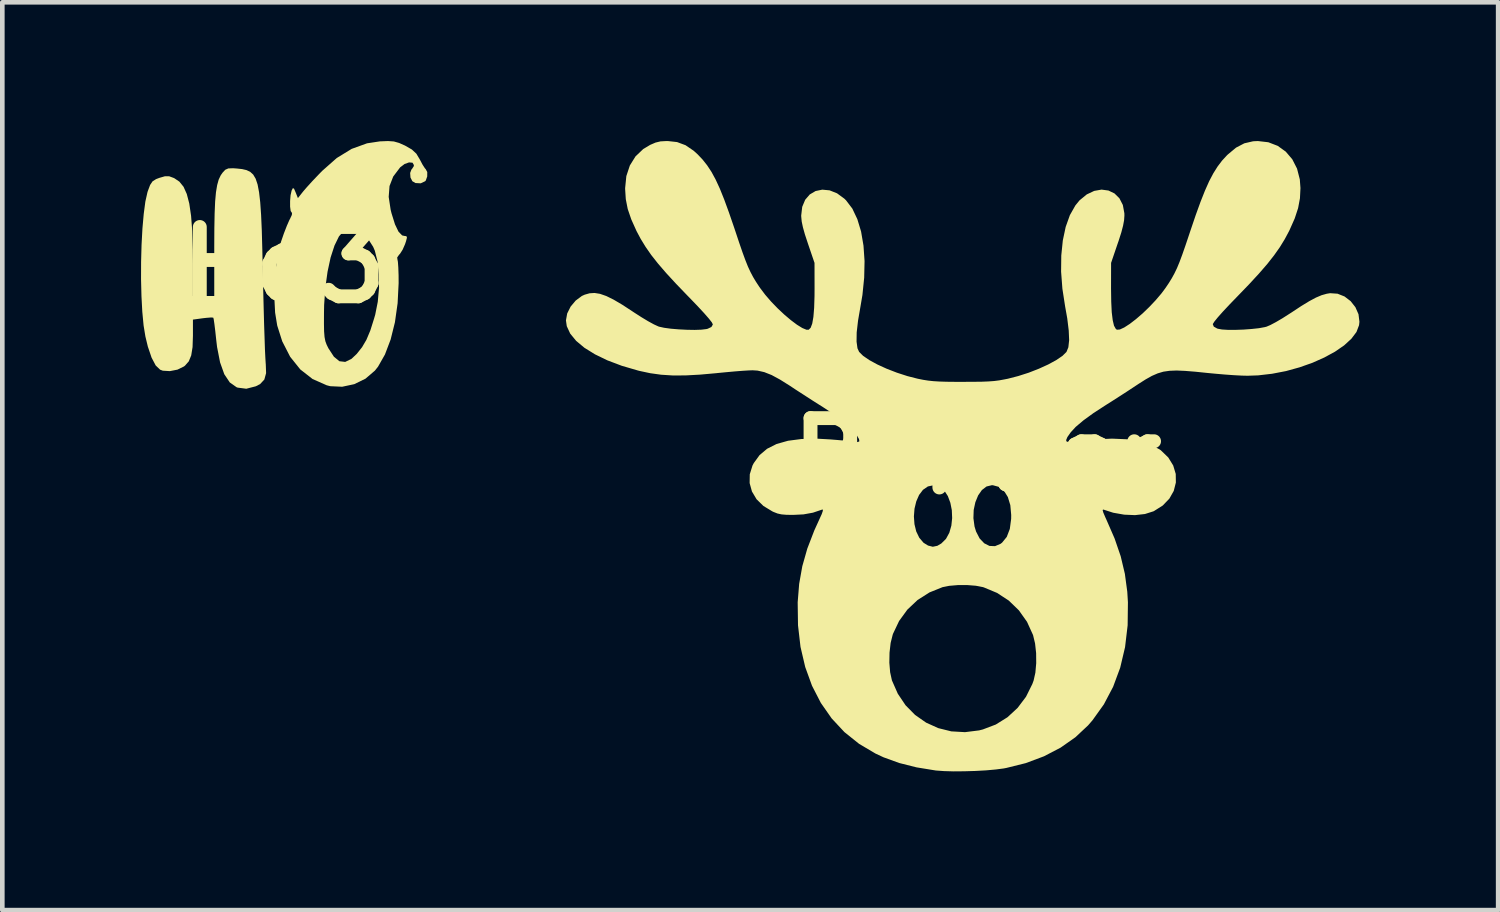
<source format=kicad_pcb>
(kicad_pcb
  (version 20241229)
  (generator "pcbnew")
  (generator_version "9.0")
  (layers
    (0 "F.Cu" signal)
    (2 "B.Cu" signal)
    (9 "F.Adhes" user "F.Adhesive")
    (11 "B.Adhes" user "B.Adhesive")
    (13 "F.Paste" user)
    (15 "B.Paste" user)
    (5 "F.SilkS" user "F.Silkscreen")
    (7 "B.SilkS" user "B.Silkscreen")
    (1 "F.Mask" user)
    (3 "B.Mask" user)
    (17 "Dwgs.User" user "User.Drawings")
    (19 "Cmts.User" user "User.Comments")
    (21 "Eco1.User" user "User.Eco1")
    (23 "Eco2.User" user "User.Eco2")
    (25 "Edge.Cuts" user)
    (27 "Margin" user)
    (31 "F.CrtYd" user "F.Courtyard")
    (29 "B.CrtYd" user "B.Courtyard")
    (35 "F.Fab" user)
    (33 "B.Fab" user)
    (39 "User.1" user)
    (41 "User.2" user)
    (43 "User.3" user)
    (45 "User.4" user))
  (footprint "Rentier"
    (layer "F.Cu")
    (at 18.084 6.813)
    (property "Reference" "Rentier" (at 0 0 0) (layer "F.SilkS") (effects (font (size 1.5 1.5) (thickness 0.3))))
    (attr board_only exclude_from_pos_files exclude_from_bom)
    (fp_poly (pts (xy 6.292 -6.787) (xy 6.495 -6.709) (xy 6.669 -6.584) (xy 6.81 -6.419) (xy 6.913 -6.217) (xy 6.973 -5.984) (xy 6.987 -5.796) (xy 6.976 -5.576) (xy 6.936 -5.362) (xy 6.863 -5.14) (xy 6.753 -4.892) (xy 6.741 -4.867) (xy 6.647 -4.691) (xy 6.541 -4.518) (xy 6.416 -4.341) (xy 6.269 -4.154) (xy 6.092 -3.95) (xy 5.88 -3.72) (xy 5.639 -3.47) (xy 5.458 -3.283) (xy 5.31 -3.125) (xy 5.199 -3) (xy 5.126 -2.91) (xy 5.093 -2.858) (xy 5.092 -2.851) (xy 5.113 -2.8) (xy 5.184 -2.76) (xy 5.202 -2.754) (xy 5.29 -2.738) (xy 5.421 -2.73) (xy 5.582 -2.73) (xy 5.757 -2.736) (xy 5.93 -2.749) (xy 6.088 -2.766) (xy 6.214 -2.789) (xy 6.253 -2.799) (xy 6.337 -2.835) (xy 6.458 -2.899) (xy 6.601 -2.983) (xy 6.754 -3.081) (xy 6.792 -3.105) (xy 7.004 -3.245) (xy 7.178 -3.351) (xy 7.322 -3.428) (xy 7.445 -3.48) (xy 7.555 -3.511) (xy 7.628 -3.523) (xy 7.789 -3.512) (xy 7.94 -3.452) (xy 8.072 -3.351) (xy 8.175 -3.22) (xy 8.242 -3.068) (xy 8.262 -2.905) (xy 8.254 -2.831) (xy 8.198 -2.684) (xy 8.088 -2.538) (xy 7.932 -2.395) (xy 7.735 -2.259) (xy 7.504 -2.133) (xy 7.246 -2.018) (xy 6.968 -1.92) (xy 6.675 -1.839) (xy 6.374 -1.781) (xy 6.072 -1.746) (xy 5.843 -1.738) (xy 5.717 -1.741) (xy 5.548 -1.75) (xy 5.352 -1.764) (xy 5.146 -1.782) (xy 4.987 -1.797) (xy 4.715 -1.825) (xy 4.492 -1.843) (xy 4.309 -1.851) (xy 4.156 -1.845) (xy 4.023 -1.826) (xy 3.899 -1.789) (xy 3.775 -1.735) (xy 3.641 -1.66) (xy 3.488 -1.563) (xy 3.379 -1.491) (xy 3.224 -1.389) (xy 3.058 -1.282) (xy 2.902 -1.182) (xy 2.786 -1.109) (xy 2.513 -0.932) (xy 2.294 -0.773) (xy 2.127 -0.632) (xy 2.02 -0.516) (xy 1.947 -0.412) (xy 1.919 -0.344) (xy 1.934 -0.311) (xy 1.994 -0.307) (xy 2.014 -0.311) (xy 2.08 -0.319) (xy 2.19 -0.331) (xy 2.333 -0.344) (xy 2.492 -0.358) (xy 2.534 -0.361) (xy 2.912 -0.378) (xy 3.239 -0.364) (xy 3.519 -0.321) (xy 3.754 -0.247) (xy 3.945 -0.142) (xy 3.97 -0.124) (xy 4.129 0.03) (xy 4.235 0.202) (xy 4.29 0.385) (xy 4.293 0.571) (xy 4.247 0.752) (xy 4.152 0.92) (xy 4.008 1.069) (xy 3.818 1.189) (xy 3.804 1.195) (xy 3.624 1.252) (xy 3.409 1.276) (xy 3.175 1.266) (xy 2.937 1.224) (xy 2.724 1.155) (xy 2.709 1.165) (xy 2.723 1.219) (xy 2.766 1.32) (xy 2.791 1.375) (xy 2.968 1.781) (xy 3.1 2.166) (xy 3.19 2.545) (xy 3.242 2.932) (xy 3.256 3.16) (xy 3.25 3.658) (xy 3.194 4.131) (xy 3.089 4.575) (xy 2.936 4.988) (xy 2.736 5.368) (xy 2.49 5.712) (xy 2.394 5.823) (xy 2.119 6.08) (xy 1.8 6.304) (xy 1.441 6.491) (xy 1.049 6.638) (xy 0.631 6.742) (xy 0.569 6.754) (xy 0.4 6.776) (xy 0.191 6.795) (xy -0.042 6.808) (xy -0.282 6.815) (xy -0.514 6.817) (xy -0.721 6.811) (xy -0.886 6.799) (xy -0.899 6.798) (xy -1.316 6.73) (xy -1.689 6.636) (xy -2.028 6.513) (xy -2.202 6.432) (xy -2.557 6.222) (xy -2.874 5.968) (xy -3.15 5.672) (xy -3.384 5.337) (xy -3.575 4.966) (xy -3.722 4.561) (xy -3.744 4.467) (xy -1.903 4.467) (xy -1.886 4.673) (xy -1.848 4.846) (xy -1.846 4.852) (xy -1.72 5.138) (xy -1.552 5.388) (xy -1.346 5.597) (xy -1.108 5.763) (xy -0.845 5.882) (xy -0.563 5.952) (xy -0.267 5.969) (xy 0.038 5.931) (xy 0.12 5.91) (xy 0.399 5.804) (xy 0.651 5.647) (xy 0.87 5.445) (xy 1.052 5.204) (xy 1.189 4.928) (xy 1.217 4.852) (xy 1.255 4.682) (xy 1.273 4.477) (xy 1.271 4.259) (xy 1.248 4.05) (xy 1.205 3.871) (xy 1.202 3.864) (xy 1.074 3.583) (xy 0.898 3.335) (xy 0.68 3.124) (xy 0.426 2.958) (xy 0.143 2.84) (xy 0.122 2.833) (xy -0.033 2.803) (xy -0.223 2.788) (xy -0.423 2.789) (xy -0.61 2.805) (xy -0.751 2.833) (xy -1.036 2.948) (xy -1.292 3.111) (xy -1.513 3.319) (xy -1.692 3.565) (xy -1.824 3.843) (xy -1.831 3.864) (xy -1.875 4.04) (xy -1.899 4.249) (xy -1.903 4.467) (xy -3.744 4.467) (xy -3.824 4.125) (xy -3.878 3.659) (xy -3.885 3.168) (xy -3.885 3.16) (xy -3.853 2.762) (xy -3.785 2.38) (xy -3.677 2) (xy -3.526 1.608) (xy -3.42 1.375) (xy -3.388 1.304) (xy -1.372 1.304) (xy -1.36 1.471) (xy -1.322 1.628) (xy -1.256 1.765) (xy -1.163 1.874) (xy -1.066 1.934) (xy -0.963 1.96) (xy -0.864 1.939) (xy -0.779 1.889) (xy -0.678 1.789) (xy -0.606 1.657) (xy -0.562 1.503) (xy -0.545 1.342) (xy -0.085 1.342) (xy -0.061 1.521) (xy -0.028 1.63) (xy 0.049 1.78) (xy 0.149 1.885) (xy 0.262 1.942) (xy 0.382 1.947) (xy 0.501 1.897) (xy 0.535 1.871) (xy 0.636 1.747) (xy 0.702 1.575) (xy 0.731 1.357) (xy 0.732 1.273) (xy 0.713 1.061) (xy 0.66 0.886) (xy 0.578 0.753) (xy 0.47 0.666) (xy 0.337 0.63) (xy 0.313 0.629) (xy 0.198 0.657) (xy 0.098 0.734) (xy 0.017 0.85) (xy -0.043 0.997) (xy -0.079 1.164) (xy -0.085 1.342) (xy -0.545 1.342) (xy -0.545 1.337) (xy -0.552 1.169) (xy -0.584 1.008) (xy -0.638 0.864) (xy -0.714 0.746) (xy -0.809 0.665) (xy -0.924 0.63) (xy -0.943 0.629) (xy -1.07 0.656) (xy -1.176 0.729) (xy -1.26 0.84) (xy -1.321 0.98) (xy -1.359 1.137) (xy -1.372 1.304) (xy -3.388 1.304) (xy -3.365 1.254) (xy -3.34 1.181) (xy -3.344 1.154) (xy -3.353 1.155) (xy -3.555 1.223) (xy -3.759 1.26) (xy -3.984 1.271) (xy -4.129 1.269) (xy -4.235 1.26) (xy -4.321 1.241) (xy -4.408 1.207) (xy -4.433 1.195) (xy -4.626 1.078) (xy -4.774 0.933) (xy -4.874 0.765) (xy -4.924 0.583) (xy -4.921 0.393) (xy -4.862 0.203) (xy -4.834 0.15) (xy -4.709 -0.022) (xy -4.546 -0.159) (xy -4.342 -0.262) (xy -4.094 -0.332) (xy -3.802 -0.37) (xy -3.461 -0.377) (xy -3.178 -0.361) (xy -3.017 -0.348) (xy -2.868 -0.334) (xy -2.746 -0.321) (xy -2.666 -0.312) (xy -2.658 -0.31) (xy -2.584 -0.304) (xy -2.551 -0.321) (xy -2.559 -0.369) (xy -2.608 -0.453) (xy -2.636 -0.495) (xy -2.71 -0.586) (xy -2.811 -0.683) (xy -2.945 -0.791) (xy -3.12 -0.916) (xy -3.34 -1.061) (xy -3.415 -1.108) (xy -3.579 -1.212) (xy -3.758 -1.328) (xy -3.93 -1.439) (xy -4.052 -1.52) (xy -4.267 -1.655) (xy -4.448 -1.753) (xy -4.607 -1.816) (xy -4.752 -1.849) (xy -4.86 -1.856) (xy -4.944 -1.853) (xy -5.074 -1.845) (xy -5.24 -1.832) (xy -5.427 -1.815) (xy -5.624 -1.796) (xy -5.639 -1.794) (xy -5.998 -1.762) (xy -6.31 -1.745) (xy -6.586 -1.744) (xy -6.837 -1.76) (xy -7.074 -1.793) (xy -7.308 -1.843) (xy -7.339 -1.851) (xy -7.688 -1.953) (xy -8 -2.071) (xy -8.27 -2.202) (xy -8.497 -2.343) (xy -8.676 -2.493) (xy -8.804 -2.649) (xy -8.878 -2.809) (xy -8.896 -2.935) (xy -8.869 -3.085) (xy -8.795 -3.233) (xy -8.685 -3.364) (xy -8.552 -3.463) (xy -8.491 -3.491) (xy -8.385 -3.521) (xy -8.277 -3.528) (xy -8.159 -3.509) (xy -8.024 -3.462) (xy -7.866 -3.384) (xy -7.677 -3.273) (xy -7.451 -3.125) (xy -7.421 -3.105) (xy -7.267 -3.006) (xy -7.121 -2.918) (xy -6.993 -2.848) (xy -6.899 -2.805) (xy -6.882 -2.799) (xy -6.773 -2.775) (xy -6.626 -2.755) (xy -6.458 -2.741) (xy -6.281 -2.732) (xy -6.113 -2.729) (xy -5.968 -2.734) (xy -5.86 -2.747) (xy -5.831 -2.754) (xy -5.751 -2.792) (xy -5.722 -2.841) (xy -5.721 -2.851) (xy -5.742 -2.893) (xy -5.805 -2.973) (xy -5.907 -3.09) (xy -6.045 -3.239) (xy -6.218 -3.419) (xy -6.268 -3.47) (xy -6.518 -3.73) (xy -6.728 -3.958) (xy -6.904 -4.162) (xy -7.051 -4.348) (xy -7.174 -4.525) (xy -7.28 -4.698) (xy -7.37 -4.867) (xy -7.483 -5.118) (xy -7.56 -5.343) (xy -7.602 -5.556) (xy -7.616 -5.775) (xy -7.616 -5.796) (xy -7.59 -6.056) (xy -7.514 -6.285) (xy -7.392 -6.481) (xy -7.225 -6.64) (xy -7.075 -6.73) (xy -6.959 -6.78) (xy -6.851 -6.806) (xy -6.721 -6.813) (xy -6.694 -6.813) (xy -6.493 -6.791) (xy -6.31 -6.723) (xy -6.134 -6.603) (xy -6.047 -6.524) (xy -5.94 -6.411) (xy -5.842 -6.287) (xy -5.749 -6.146) (xy -5.659 -5.98) (xy -5.568 -5.783) (xy -5.474 -5.549) (xy -5.372 -5.27) (xy -5.259 -4.942) (xy -5.236 -4.873) (xy -5.15 -4.615) (xy -5.078 -4.406) (xy -5.016 -4.237) (xy -4.96 -4.097) (xy -4.905 -3.979) (xy -4.849 -3.873) (xy -4.787 -3.77) (xy -4.716 -3.662) (xy -4.695 -3.632) (xy -4.587 -3.489) (xy -4.459 -3.341) (xy -4.319 -3.196) (xy -4.174 -3.06) (xy -4.032 -2.94) (xy -3.9 -2.841) (xy -3.785 -2.77) (xy -3.696 -2.733) (xy -3.647 -2.733) (xy -3.604 -2.776) (xy -3.57 -2.867) (xy -3.545 -3.011) (xy -3.529 -3.208) (xy -3.521 -3.46) (xy -3.52 -3.624) (xy -3.521 -4.178) (xy -3.664 -4.598) (xy -3.729 -4.795) (xy -3.772 -4.949) (xy -3.798 -5.072) (xy -3.808 -5.177) (xy -3.809 -5.202) (xy -3.787 -5.39) (xy -3.723 -5.543) (xy -3.624 -5.658) (xy -3.498 -5.732) (xy -3.353 -5.762) (xy -3.195 -5.747) (xy -3.034 -5.683) (xy -2.877 -5.568) (xy -2.839 -5.531) (xy -2.703 -5.352) (xy -2.595 -5.124) (xy -2.514 -4.856) (xy -2.462 -4.551) (xy -2.439 -4.217) (xy -2.447 -3.859) (xy -2.485 -3.484) (xy -2.527 -3.237) (xy -2.58 -2.929) (xy -2.609 -2.675) (xy -2.612 -2.476) (xy -2.592 -2.331) (xy -2.556 -2.253) (xy -2.47 -2.168) (xy -2.335 -2.076) (xy -2.161 -1.981) (xy -1.959 -1.889) (xy -1.739 -1.804) (xy -1.511 -1.73) (xy -1.287 -1.673) (xy -1.172 -1.65) (xy -1.064 -1.633) (xy -0.952 -1.621) (xy -0.824 -1.613) (xy -0.667 -1.608) (xy -0.47 -1.606) (xy -0.315 -1.606) (xy -0.085 -1.607) (xy 0.097 -1.609) (xy 0.242 -1.615) (xy 0.364 -1.624) (xy 0.473 -1.638) (xy 0.581 -1.658) (xy 0.658 -1.673) (xy 0.883 -1.731) (xy 1.111 -1.804) (xy 1.331 -1.89) (xy 1.533 -1.982) (xy 1.706 -2.076) (xy 1.841 -2.168) (xy 1.927 -2.253) (xy 1.968 -2.353) (xy 1.985 -2.507) (xy 1.976 -2.716) (xy 1.944 -2.979) (xy 1.898 -3.237) (xy 1.839 -3.62) (xy 1.811 -3.989) (xy 1.815 -4.339) (xy 1.848 -4.663) (xy 1.91 -4.956) (xy 2.001 -5.211) (xy 2.12 -5.421) (xy 2.21 -5.531) (xy 2.366 -5.659) (xy 2.527 -5.735) (xy 2.686 -5.763) (xy 2.835 -5.743) (xy 2.966 -5.68) (xy 3.072 -5.575) (xy 3.146 -5.431) (xy 3.179 -5.252) (xy 3.18 -5.202) (xy 3.173 -5.1) (xy 3.151 -4.982) (xy 3.113 -4.837) (xy 3.054 -4.652) (xy 3.035 -4.598) (xy 2.892 -4.178) (xy 2.891 -3.624) (xy 2.895 -3.34) (xy 2.906 -3.112) (xy 2.927 -2.94) (xy 2.955 -2.82) (xy 2.994 -2.751) (xy 3.018 -2.733) (xy 3.082 -2.738) (xy 3.177 -2.782) (xy 3.296 -2.859) (xy 3.43 -2.962) (xy 3.574 -3.086) (xy 3.718 -3.225) (xy 3.856 -3.371) (xy 3.981 -3.518) (xy 4.066 -3.632) (xy 4.141 -3.743) (xy 4.205 -3.847) (xy 4.262 -3.951) (xy 4.317 -4.065) (xy 4.372 -4.198) (xy 4.432 -4.359) (xy 4.501 -4.557) (xy 4.583 -4.801) (xy 4.607 -4.873) (xy 4.722 -5.212) (xy 4.826 -5.499) (xy 4.922 -5.741) (xy 5.013 -5.945) (xy 5.103 -6.116) (xy 5.195 -6.262) (xy 5.291 -6.389) (xy 5.396 -6.503) (xy 5.418 -6.524) (xy 5.595 -6.671) (xy 5.773 -6.764) (xy 5.963 -6.808) (xy 6.065 -6.813)) (stroke (width 0) (type solid)) (fill yes) (layer "F.SilkS")))
  (footprint "Ho3"
    (layer "F.Cu")
    (at 3.092 2.68)
    (property "Reference" "Ho3" (at 0 0 0) (layer "F.SilkS") (effects (font (size 1.5 1.5) (thickness 0.3))))
    (attr board_only exclude_from_pos_files exclude_from_bom)
    (fp_poly (pts (xy -1.021 -2.086) (xy -0.908 -2.074) (xy -0.812 -2.052) (xy -0.733 -2.015) (xy -0.667 -1.955) (xy -0.614 -1.866) (xy -0.572 -1.741) (xy -0.54 -1.573) (xy -0.515 -1.356) (xy -0.496 -1.083) (xy -0.481 -0.747) (xy -0.47 -0.342) (xy -0.459 0.14) (xy -0.457 0.21) (xy -0.449 0.589) (xy -0.44 0.951) (xy -0.431 1.284) (xy -0.421 1.578) (xy -0.413 1.824) (xy -0.404 2.009) (xy -0.397 2.124) (xy -0.395 2.142) (xy -0.388 2.339) (xy -0.426 2.477) (xy -0.515 2.573) (xy -0.61 2.623) (xy -0.816 2.676) (xy -1.002 2.652) (xy -1.027 2.643) (xy -1.173 2.54) (xy -1.292 2.362) (xy -1.383 2.107) (xy -1.448 1.774) (xy -1.467 1.614) (xy -1.487 1.428) (xy -1.506 1.275) (xy -1.521 1.172) (xy -1.53 1.139) (xy -1.577 1.135) (xy -1.679 1.143) (xy -1.758 1.152) (xy -1.97 1.181) (xy -1.97 1.528) (xy -1.978 1.775) (xy -2.007 1.955) (xy -2.06 2.084) (xy -2.142 2.177) (xy -2.164 2.194) (xy -2.304 2.263) (xy -2.469 2.295) (xy -2.621 2.286) (xy -2.68 2.264) (xy -2.775 2.173) (xy -2.864 2.004) (xy -2.945 1.765) (xy -2.998 1.546) (xy -3.037 1.307) (xy -3.065 1.011) (xy -3.083 0.674) (xy -3.092 0.31) (xy -3.091 -0.066) (xy -3.081 -0.436) (xy -3.062 -0.788) (xy -3.034 -1.104) (xy -2.999 -1.37) (xy -2.954 -1.571) (xy -2.946 -1.597) (xy -2.896 -1.73) (xy -2.844 -1.808) (xy -2.767 -1.857) (xy -2.695 -1.884) (xy -2.574 -1.919) (xy -2.486 -1.919) (xy -2.388 -1.883) (xy -2.371 -1.875) (xy -2.263 -1.802) (xy -2.173 -1.691) (xy -2.103 -1.535) (xy -2.049 -1.328) (xy -2.01 -1.062) (xy -1.985 -0.732) (xy -1.973 -0.329) (xy -1.97 -0.031) (xy -1.97 0.671) (xy -1.739 0.671) (xy -1.509 0.671) (xy -1.509 -0.396) (xy -1.507 -0.792) (xy -1.501 -1.114) (xy -1.49 -1.371) (xy -1.472 -1.572) (xy -1.446 -1.728) (xy -1.413 -1.847) (xy -1.369 -1.939) (xy -1.331 -1.994) (xy -1.271 -2.059) (xy -1.205 -2.088) (xy -1.102 -2.092)) (stroke (width 0) (type solid)) (fill yes) (layer "F.SilkS"))
    (fp_poly (pts (xy 2.375 -2.671) (xy 2.488 -2.639) (xy 2.616 -2.582) (xy 2.764 -2.497) (xy 2.861 -2.407) (xy 2.935 -2.283) (xy 2.995 -2.17) (xy 3.046 -2.091) (xy 3.063 -2.073) (xy 3.097 -2.01) (xy 3.096 -1.914) (xy 3.065 -1.827) (xy 3.051 -1.811) (xy 2.956 -1.766) (xy 2.842 -1.772) (xy 2.775 -1.811) (xy 2.734 -1.891) (xy 2.727 -1.99) (xy 2.755 -2.065) (xy 2.766 -2.075) (xy 2.805 -2.135) (xy 2.808 -2.161) (xy 2.778 -2.212) (xy 2.703 -2.218) (xy 2.607 -2.184) (xy 2.512 -2.112) (xy 2.507 -2.106) (xy 2.361 -1.913) (xy 2.281 -1.707) (xy 2.263 -1.473) (xy 2.305 -1.196) (xy 2.324 -1.119) (xy 2.399 -0.879) (xy 2.475 -0.721) (xy 2.553 -0.64) (xy 2.598 -0.629) (xy 2.646 -0.623) (xy 2.658 -0.592) (xy 2.638 -0.514) (xy 2.617 -0.451) (xy 2.564 -0.33) (xy 2.507 -0.241) (xy 2.489 -0.223) (xy 2.447 -0.163) (xy 2.451 -0.127) (xy 2.462 -0.069) (xy 2.471 0.054) (xy 2.477 0.224) (xy 2.478 0.393) (xy 2.456 0.827) (xy 2.398 1.238) (xy 2.305 1.612) (xy 2.182 1.936) (xy 2.033 2.198) (xy 1.966 2.283) (xy 1.762 2.458) (xy 1.519 2.577) (xy 1.257 2.633) (xy 0.999 2.621) (xy 0.922 2.601) (xy 0.617 2.466) (xy 0.352 2.259) (xy 0.133 1.986) (xy -0.039 1.651) (xy -0.147 1.311) (xy -0.155 1.264) (xy 0.863 1.264) (xy 0.866 1.435) (xy 0.876 1.558) (xy 0.894 1.65) (xy 0.923 1.728) (xy 0.96 1.802) (xy 1.078 1.983) (xy 1.197 2.081) (xy 1.323 2.096) (xy 1.458 2.03) (xy 1.572 1.923) (xy 1.687 1.778) (xy 1.782 1.616) (xy 1.866 1.416) (xy 1.947 1.159) (xy 1.972 1.073) (xy 2.027 0.796) (xy 2.054 0.497) (xy 2.051 0.198) (xy 2.021 -0.079) (xy 1.963 -0.309) (xy 1.927 -0.393) (xy 1.807 -0.581) (xy 1.668 -0.713) (xy 1.523 -0.784) (xy 1.384 -0.786) (xy 1.295 -0.743) (xy 1.187 -0.617) (xy 1.091 -0.42) (xy 1.007 -0.162) (xy 0.941 0.145) (xy 0.893 0.491) (xy 0.867 0.863) (xy 0.864 1.027) (xy 0.863 1.264) (xy -0.155 1.264) (xy -0.193 1.03) (xy -0.21 0.697) (xy -0.202 0.34) (xy -0.168 -0.013) (xy -0.11 -0.336) (xy -0.065 -0.503) (xy -0.003 -0.683) (xy 0.061 -0.848) (xy 0.115 -0.971) (xy 0.128 -0.995) (xy 0.169 -1.082) (xy 0.173 -1.129) (xy 0.166 -1.132) (xy 0.143 -1.169) (xy 0.131 -1.262) (xy 0.131 -1.383) (xy 0.141 -1.507) (xy 0.163 -1.605) (xy 0.166 -1.614) (xy 0.192 -1.663) (xy 0.217 -1.648) (xy 0.25 -1.572) (xy 0.3 -1.446) (xy 0.412 -1.588) (xy 0.491 -1.68) (xy 0.609 -1.81) (xy 0.749 -1.957) (xy 0.825 -2.035) (xy 1.141 -2.314) (xy 1.463 -2.511) (xy 1.795 -2.631) (xy 2.073 -2.673) (xy 2.249 -2.68)) (stroke (width 0) (type solid)) (fill yes) (layer "F.SilkS")))
  (gr_rect
    (start -3 -3)
    (end 29.346 16.63)
    (stroke (width 0.1) (type default))
    (fill no)
    (layer "Edge.Cuts")))
</source>
